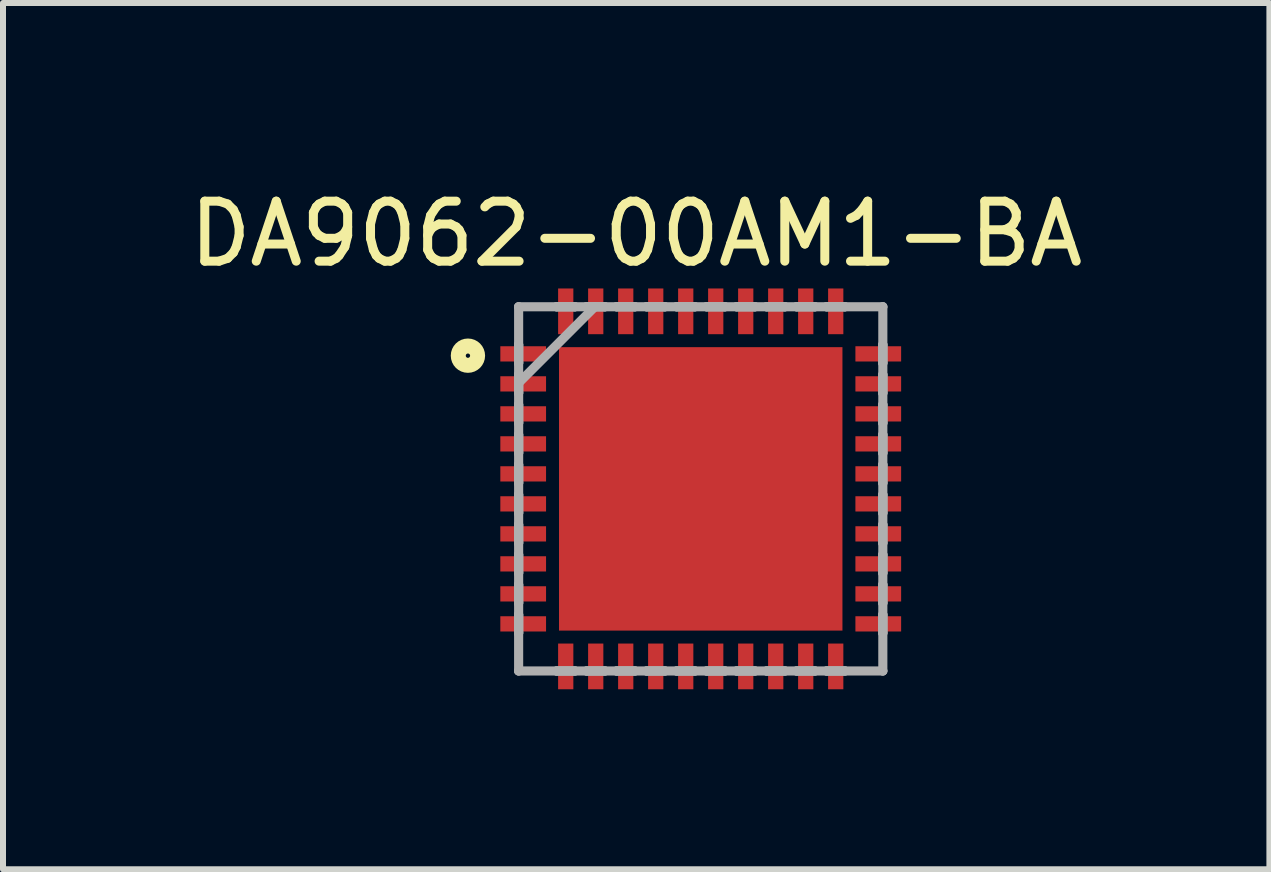
<source format=kicad_pcb>
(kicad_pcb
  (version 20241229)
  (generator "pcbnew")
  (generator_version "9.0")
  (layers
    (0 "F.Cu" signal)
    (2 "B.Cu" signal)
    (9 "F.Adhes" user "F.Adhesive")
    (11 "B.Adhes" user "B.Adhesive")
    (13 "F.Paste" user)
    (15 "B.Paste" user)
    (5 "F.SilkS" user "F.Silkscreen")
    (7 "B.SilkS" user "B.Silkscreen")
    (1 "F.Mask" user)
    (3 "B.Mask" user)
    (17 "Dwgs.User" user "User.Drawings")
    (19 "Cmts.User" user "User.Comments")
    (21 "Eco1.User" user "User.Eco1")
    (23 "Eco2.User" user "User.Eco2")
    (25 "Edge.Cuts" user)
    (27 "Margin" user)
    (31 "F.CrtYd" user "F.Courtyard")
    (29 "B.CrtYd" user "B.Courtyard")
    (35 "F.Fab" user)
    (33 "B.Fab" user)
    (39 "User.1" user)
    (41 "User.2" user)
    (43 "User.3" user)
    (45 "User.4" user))
  (footprint "DA9062-00AM1-BA"
    (layer "F.Cu")
    (at 8.629 5.098)
    (property "Reference" "DA9062-00AM1-BA" (at -1.075 -4.25 0) (layer "F.SilkS") (effects (font (size 1 1) (thickness 0.15))))
    (attr through_hole)
    (fp_circle (center -3.88 -2.22) (end -3.719 -2.22) (stroke (width 0.25) (type solid)) (fill no) (layer "F.SilkS"))
    (fp_line (start -2.262 -2.262) (end -2.262 -0.887) (stroke (width 0.152) (type solid)) (layer "F.Paste"))
    (fp_line (start -2.262 -0.887) (end -0.887 -0.887) (stroke (width 0.152) (type solid)) (layer "F.Paste"))
    (fp_line (start -2.262 -0.687) (end -2.262 0.687) (stroke (width 0.152) (type solid)) (layer "F.Paste"))
    (fp_line (start -2.262 0.687) (end -0.887 0.687) (stroke (width 0.152) (type solid)) (layer "F.Paste"))
    (fp_line (start -2.262 0.887) (end -2.262 2.262) (stroke (width 0.152) (type solid)) (layer "F.Paste"))
    (fp_line (start -2.262 2.262) (end -0.887 2.262) (stroke (width 0.152) (type solid)) (layer "F.Paste"))
    (fp_line (start -0.887 -2.262) (end -2.262 -2.262) (stroke (width 0.152) (type solid)) (layer "F.Paste"))
    (fp_line (start -0.887 -0.887) (end -0.887 -2.262) (stroke (width 0.152) (type solid)) (layer "F.Paste"))
    (fp_line (start -0.887 -0.687) (end -2.262 -0.687) (stroke (width 0.152) (type solid)) (layer "F.Paste"))
    (fp_line (start -0.887 0.687) (end -0.887 -0.687) (stroke (width 0.152) (type solid)) (layer "F.Paste"))
    (fp_line (start -0.887 0.887) (end -2.262 0.887) (stroke (width 0.152) (type solid)) (layer "F.Paste"))
    (fp_line (start -0.887 2.262) (end -0.887 0.887) (stroke (width 0.152) (type solid)) (layer "F.Paste"))
    (fp_line (start -0.687 -2.262) (end -0.687 -0.887) (stroke (width 0.152) (type solid)) (layer "F.Paste"))
    (fp_line (start -0.687 -0.887) (end 0.687 -0.887) (stroke (width 0.152) (type solid)) (layer "F.Paste"))
    (fp_line (start -0.687 -0.687) (end -0.687 0.687) (stroke (width 0.152) (type solid)) (layer "F.Paste"))
    (fp_line (start -0.687 0.687) (end 0.687 0.687) (stroke (width 0.152) (type solid)) (layer "F.Paste"))
    (fp_line (start -0.687 0.887) (end -0.687 2.262) (stroke (width 0.152) (type solid)) (layer "F.Paste"))
    (fp_line (start -0.687 2.262) (end 0.687 2.262) (stroke (width 0.152) (type solid)) (layer "F.Paste"))
    (fp_line (start 0.687 -2.262) (end -0.687 -2.262) (stroke (width 0.152) (type solid)) (layer "F.Paste"))
    (fp_line (start 0.687 -0.887) (end 0.687 -2.262) (stroke (width 0.152) (type solid)) (layer "F.Paste"))
    (fp_line (start 0.687 -0.687) (end -0.687 -0.687) (stroke (width 0.152) (type solid)) (layer "F.Paste"))
    (fp_line (start 0.687 0.687) (end 0.687 -0.687) (stroke (width 0.152) (type solid)) (layer "F.Paste"))
    (fp_line (start 0.687 0.887) (end -0.687 0.887) (stroke (width 0.152) (type solid)) (layer "F.Paste"))
    (fp_line (start 0.687 2.262) (end 0.687 0.887) (stroke (width 0.152) (type solid)) (layer "F.Paste"))
    (fp_line (start 0.887 -2.262) (end 0.887 -0.887) (stroke (width 0.152) (type solid)) (layer "F.Paste"))
    (fp_line (start 0.887 -0.887) (end 2.262 -0.887) (stroke (width 0.152) (type solid)) (layer "F.Paste"))
    (fp_line (start 0.887 -0.687) (end 0.887 0.687) (stroke (width 0.152) (type solid)) (layer "F.Paste"))
    (fp_line (start 0.887 0.687) (end 2.262 0.687) (stroke (width 0.152) (type solid)) (layer "F.Paste"))
    (fp_line (start 0.887 0.887) (end 0.887 2.262) (stroke (width 0.152) (type solid)) (layer "F.Paste"))
    (fp_line (start 0.887 2.262) (end 2.262 2.262) (stroke (width 0.152) (type solid)) (layer "F.Paste"))
    (fp_line (start 2.262 -2.262) (end 0.887 -2.262) (stroke (width 0.152) (type solid)) (layer "F.Paste"))
    (fp_line (start 2.262 -0.887) (end 2.262 -2.262) (stroke (width 0.152) (type solid)) (layer "F.Paste"))
    (fp_line (start 2.262 -0.687) (end 0.887 -0.687) (stroke (width 0.152) (type solid)) (layer "F.Paste"))
    (fp_line (start 2.262 0.687) (end 2.262 -0.687) (stroke (width 0.152) (type solid)) (layer "F.Paste"))
    (fp_line (start 2.262 0.887) (end 0.887 0.887) (stroke (width 0.152) (type solid)) (layer "F.Paste"))
    (fp_line (start 2.262 2.262) (end 2.262 0.887) (stroke (width 0.152) (type solid)) (layer "F.Paste"))
    (fp_line (start -3.035 -3.035) (end -3.035 -3.035) (stroke (width 0.152) (type solid)) (layer "F.Fab"))
    (fp_line (start -3.035 -3.035) (end -3.035 3.035) (stroke (width 0.152) (type solid)) (layer "F.Fab"))
    (fp_line (start -3.035 -2.402) (end -3.035 -2.402) (stroke (width 0.152) (type solid)) (layer "F.Fab"))
    (fp_line (start -3.035 -2.402) (end -3.035 -2.098) (stroke (width 0.152) (type solid)) (layer "F.Fab"))
    (fp_line (start -3.035 -2.098) (end -3.035 -2.402) (stroke (width 0.152) (type solid)) (layer "F.Fab"))
    (fp_line (start -3.035 -2.098) (end -3.035 -2.098) (stroke (width 0.152) (type solid)) (layer "F.Fab"))
    (fp_line (start -3.035 -1.902) (end -3.035 -1.902) (stroke (width 0.152) (type solid)) (layer "F.Fab"))
    (fp_line (start -3.035 -1.902) (end -3.035 -1.598) (stroke (width 0.152) (type solid)) (layer "F.Fab"))
    (fp_line (start -3.035 -1.765) (end -1.765 -3.035) (stroke (width 0.152) (type solid)) (layer "F.Fab"))
    (fp_line (start -3.035 -1.598) (end -3.035 -1.902) (stroke (width 0.152) (type solid)) (layer "F.Fab"))
    (fp_line (start -3.035 -1.598) (end -3.035 -1.598) (stroke (width 0.152) (type solid)) (layer "F.Fab"))
    (fp_line (start -3.035 -1.402) (end -3.035 -1.402) (stroke (width 0.152) (type solid)) (layer "F.Fab"))
    (fp_line (start -3.035 -1.402) (end -3.035 -1.098) (stroke (width 0.152) (type solid)) (layer "F.Fab"))
    (fp_line (start -3.035 -1.098) (end -3.035 -1.402) (stroke (width 0.152) (type solid)) (layer "F.Fab"))
    (fp_line (start -3.035 -1.098) (end -3.035 -1.098) (stroke (width 0.152) (type solid)) (layer "F.Fab"))
    (fp_line (start -3.035 -0.902) (end -3.035 -0.902) (stroke (width 0.152) (type solid)) (layer "F.Fab"))
    (fp_line (start -3.035 -0.902) (end -3.035 -0.598) (stroke (width 0.152) (type solid)) (layer "F.Fab"))
    (fp_line (start -3.035 -0.598) (end -3.035 -0.902) (stroke (width 0.152) (type solid)) (layer "F.Fab"))
    (fp_line (start -3.035 -0.598) (end -3.035 -0.598) (stroke (width 0.152) (type solid)) (layer "F.Fab"))
    (fp_line (start -3.035 -0.402) (end -3.035 -0.402) (stroke (width 0.152) (type solid)) (layer "F.Fab"))
    (fp_line (start -3.035 -0.402) (end -3.035 -0.098) (stroke (width 0.152) (type solid)) (layer "F.Fab"))
    (fp_line (start -3.035 -0.098) (end -3.035 -0.402) (stroke (width 0.152) (type solid)) (layer "F.Fab"))
    (fp_line (start -3.035 -0.098) (end -3.035 -0.098) (stroke (width 0.152) (type solid)) (layer "F.Fab"))
    (fp_line (start -3.035 0.098) (end -3.035 0.098) (stroke (width 0.152) (type solid)) (layer "F.Fab"))
    (fp_line (start -3.035 0.098) (end -3.035 0.402) (stroke (width 0.152) (type solid)) (layer "F.Fab"))
    (fp_line (start -3.035 0.402) (end -3.035 0.098) (stroke (width 0.152) (type solid)) (layer "F.Fab"))
    (fp_line (start -3.035 0.402) (end -3.035 0.402) (stroke (width 0.152) (type solid)) (layer "F.Fab"))
    (fp_line (start -3.035 0.598) (end -3.035 0.598) (stroke (width 0.152) (type solid)) (layer "F.Fab"))
    (fp_line (start -3.035 0.598) (end -3.035 0.902) (stroke (width 0.152) (type solid)) (layer "F.Fab"))
    (fp_line (start -3.035 0.902) (end -3.035 0.598) (stroke (width 0.152) (type solid)) (layer "F.Fab"))
    (fp_line (start -3.035 0.902) (end -3.035 0.902) (stroke (width 0.152) (type solid)) (layer "F.Fab"))
    (fp_line (start -3.035 1.098) (end -3.035 1.098) (stroke (width 0.152) (type solid)) (layer "F.Fab"))
    (fp_line (start -3.035 1.098) (end -3.035 1.402) (stroke (width 0.152) (type solid)) (layer "F.Fab"))
    (fp_line (start -3.035 1.402) (end -3.035 1.098) (stroke (width 0.152) (type solid)) (layer "F.Fab"))
    (fp_line (start -3.035 1.402) (end -3.035 1.402) (stroke (width 0.152) (type solid)) (layer "F.Fab"))
    (fp_line (start -3.035 1.598) (end -3.035 1.598) (stroke (width 0.152) (type solid)) (layer "F.Fab"))
    (fp_line (start -3.035 1.598) (end -3.035 1.902) (stroke (width 0.152) (type solid)) (layer "F.Fab"))
    (fp_line (start -3.035 1.902) (end -3.035 1.598) (stroke (width 0.152) (type solid)) (layer "F.Fab"))
    (fp_line (start -3.035 1.902) (end -3.035 1.902) (stroke (width 0.152) (type solid)) (layer "F.Fab"))
    (fp_line (start -3.035 2.098) (end -3.035 2.098) (stroke (width 0.152) (type solid)) (layer "F.Fab"))
    (fp_line (start -3.035 2.098) (end -3.035 2.402) (stroke (width 0.152) (type solid)) (layer "F.Fab"))
    (fp_line (start -3.035 2.402) (end -3.035 2.098) (stroke (width 0.152) (type solid)) (layer "F.Fab"))
    (fp_line (start -3.035 2.402) (end -3.035 2.402) (stroke (width 0.152) (type solid)) (layer "F.Fab"))
    (fp_line (start -3.035 3.035) (end -3.035 3.035) (stroke (width 0.152) (type solid)) (layer "F.Fab"))
    (fp_line (start -3.035 3.035) (end 3.035 3.035) (stroke (width 0.152) (type solid)) (layer "F.Fab"))
    (fp_line (start -2.402 -3.035) (end -2.402 -3.035) (stroke (width 0.152) (type solid)) (layer "F.Fab"))
    (fp_line (start -2.402 -3.035) (end -2.098 -3.035) (stroke (width 0.152) (type solid)) (layer "F.Fab"))
    (fp_line (start -2.402 3.035) (end -2.402 3.035) (stroke (width 0.152) (type solid)) (layer "F.Fab"))
    (fp_line (start -2.402 3.035) (end -2.098 3.035) (stroke (width 0.152) (type solid)) (layer "F.Fab"))
    (fp_line (start -2.098 -3.035) (end -2.402 -3.035) (stroke (width 0.152) (type solid)) (layer "F.Fab"))
    (fp_line (start -2.098 -3.035) (end -2.098 -3.035) (stroke (width 0.152) (type solid)) (layer "F.Fab"))
    (fp_line (start -2.098 3.035) (end -2.402 3.035) (stroke (width 0.152) (type solid)) (layer "F.Fab"))
    (fp_line (start -2.098 3.035) (end -2.098 3.035) (stroke (width 0.152) (type solid)) (layer "F.Fab"))
    (fp_line (start -1.902 -3.035) (end -1.902 -3.035) (stroke (width 0.152) (type solid)) (layer "F.Fab"))
    (fp_line (start -1.902 -3.035) (end -1.598 -3.035) (stroke (width 0.152) (type solid)) (layer "F.Fab"))
    (fp_line (start -1.902 3.035) (end -1.902 3.035) (stroke (width 0.152) (type solid)) (layer "F.Fab"))
    (fp_line (start -1.902 3.035) (end -1.598 3.035) (stroke (width 0.152) (type solid)) (layer "F.Fab"))
    (fp_line (start -1.598 -3.035) (end -1.902 -3.035) (stroke (width 0.152) (type solid)) (layer "F.Fab"))
    (fp_line (start -1.598 -3.035) (end -1.598 -3.035) (stroke (width 0.152) (type solid)) (layer "F.Fab"))
    (fp_line (start -1.598 3.035) (end -1.902 3.035) (stroke (width 0.152) (type solid)) (layer "F.Fab"))
    (fp_line (start -1.598 3.035) (end -1.598 3.035) (stroke (width 0.152) (type solid)) (layer "F.Fab"))
    (fp_line (start -1.402 -3.035) (end -1.402 -3.035) (stroke (width 0.152) (type solid)) (layer "F.Fab"))
    (fp_line (start -1.402 -3.035) (end -1.098 -3.035) (stroke (width 0.152) (type solid)) (layer "F.Fab"))
    (fp_line (start -1.402 3.035) (end -1.402 3.035) (stroke (width 0.152) (type solid)) (layer "F.Fab"))
    (fp_line (start -1.402 3.035) (end -1.098 3.035) (stroke (width 0.152) (type solid)) (layer "F.Fab"))
    (fp_line (start -1.098 -3.035) (end -1.402 -3.035) (stroke (width 0.152) (type solid)) (layer "F.Fab"))
    (fp_line (start -1.098 -3.035) (end -1.098 -3.035) (stroke (width 0.152) (type solid)) (layer "F.Fab"))
    (fp_line (start -1.098 3.035) (end -1.402 3.035) (stroke (width 0.152) (type solid)) (layer "F.Fab"))
    (fp_line (start -1.098 3.035) (end -1.098 3.035) (stroke (width 0.152) (type solid)) (layer "F.Fab"))
    (fp_line (start -0.902 -3.035) (end -0.902 -3.035) (stroke (width 0.152) (type solid)) (layer "F.Fab"))
    (fp_line (start -0.902 -3.035) (end -0.598 -3.035) (stroke (width 0.152) (type solid)) (layer "F.Fab"))
    (fp_line (start -0.902 3.035) (end -0.902 3.035) (stroke (width 0.152) (type solid)) (layer "F.Fab"))
    (fp_line (start -0.902 3.035) (end -0.598 3.035) (stroke (width 0.152) (type solid)) (layer "F.Fab"))
    (fp_line (start -0.598 -3.035) (end -0.902 -3.035) (stroke (width 0.152) (type solid)) (layer "F.Fab"))
    (fp_line (start -0.598 -3.035) (end -0.598 -3.035) (stroke (width 0.152) (type solid)) (layer "F.Fab"))
    (fp_line (start -0.598 3.035) (end -0.902 3.035) (stroke (width 0.152) (type solid)) (layer "F.Fab"))
    (fp_line (start -0.598 3.035) (end -0.598 3.035) (stroke (width 0.152) (type solid)) (layer "F.Fab"))
    (fp_line (start -0.402 -3.035) (end -0.402 -3.035) (stroke (width 0.152) (type solid)) (layer "F.Fab"))
    (fp_line (start -0.402 -3.035) (end -0.098 -3.035) (stroke (width 0.152) (type solid)) (layer "F.Fab"))
    (fp_line (start -0.402 3.035) (end -0.402 3.035) (stroke (width 0.152) (type solid)) (layer "F.Fab"))
    (fp_line (start -0.402 3.035) (end -0.098 3.035) (stroke (width 0.152) (type solid)) (layer "F.Fab"))
    (fp_line (start -0.098 -3.035) (end -0.402 -3.035) (stroke (width 0.152) (type solid)) (layer "F.Fab"))
    (fp_line (start -0.098 -3.035) (end -0.098 -3.035) (stroke (width 0.152) (type solid)) (layer "F.Fab"))
    (fp_line (start -0.098 3.035) (end -0.402 3.035) (stroke (width 0.152) (type solid)) (layer "F.Fab"))
    (fp_line (start -0.098 3.035) (end -0.098 3.035) (stroke (width 0.152) (type solid)) (layer "F.Fab"))
    (fp_line (start 0.098 -3.035) (end 0.098 -3.035) (stroke (width 0.152) (type solid)) (layer "F.Fab"))
    (fp_line (start 0.098 -3.035) (end 0.402 -3.035) (stroke (width 0.152) (type solid)) (layer "F.Fab"))
    (fp_line (start 0.098 3.035) (end 0.098 3.035) (stroke (width 0.152) (type solid)) (layer "F.Fab"))
    (fp_line (start 0.098 3.035) (end 0.402 3.035) (stroke (width 0.152) (type solid)) (layer "F.Fab"))
    (fp_line (start 0.402 -3.035) (end 0.098 -3.035) (stroke (width 0.152) (type solid)) (layer "F.Fab"))
    (fp_line (start 0.402 -3.035) (end 0.402 -3.035) (stroke (width 0.152) (type solid)) (layer "F.Fab"))
    (fp_line (start 0.402 3.035) (end 0.098 3.035) (stroke (width 0.152) (type solid)) (layer "F.Fab"))
    (fp_line (start 0.402 3.035) (end 0.402 3.035) (stroke (width 0.152) (type solid)) (layer "F.Fab"))
    (fp_line (start 0.598 -3.035) (end 0.598 -3.035) (stroke (width 0.152) (type solid)) (layer "F.Fab"))
    (fp_line (start 0.598 -3.035) (end 0.902 -3.035) (stroke (width 0.152) (type solid)) (layer "F.Fab"))
    (fp_line (start 0.598 3.035) (end 0.598 3.035) (stroke (width 0.152) (type solid)) (layer "F.Fab"))
    (fp_line (start 0.598 3.035) (end 0.902 3.035) (stroke (width 0.152) (type solid)) (layer "F.Fab"))
    (fp_line (start 0.902 -3.035) (end 0.598 -3.035) (stroke (width 0.152) (type solid)) (layer "F.Fab"))
    (fp_line (start 0.902 -3.035) (end 0.902 -3.035) (stroke (width 0.152) (type solid)) (layer "F.Fab"))
    (fp_line (start 0.902 3.035) (end 0.598 3.035) (stroke (width 0.152) (type solid)) (layer "F.Fab"))
    (fp_line (start 0.902 3.035) (end 0.902 3.035) (stroke (width 0.152) (type solid)) (layer "F.Fab"))
    (fp_line (start 1.098 -3.035) (end 1.098 -3.035) (stroke (width 0.152) (type solid)) (layer "F.Fab"))
    (fp_line (start 1.098 -3.035) (end 1.402 -3.035) (stroke (width 0.152) (type solid)) (layer "F.Fab"))
    (fp_line (start 1.098 3.035) (end 1.098 3.035) (stroke (width 0.152) (type solid)) (layer "F.Fab"))
    (fp_line (start 1.098 3.035) (end 1.402 3.035) (stroke (width 0.152) (type solid)) (layer "F.Fab"))
    (fp_line (start 1.402 -3.035) (end 1.098 -3.035) (stroke (width 0.152) (type solid)) (layer "F.Fab"))
    (fp_line (start 1.402 -3.035) (end 1.402 -3.035) (stroke (width 0.152) (type solid)) (layer "F.Fab"))
    (fp_line (start 1.402 3.035) (end 1.098 3.035) (stroke (width 0.152) (type solid)) (layer "F.Fab"))
    (fp_line (start 1.402 3.035) (end 1.402 3.035) (stroke (width 0.152) (type solid)) (layer "F.Fab"))
    (fp_line (start 1.598 -3.035) (end 1.598 -3.035) (stroke (width 0.152) (type solid)) (layer "F.Fab"))
    (fp_line (start 1.598 -3.035) (end 1.902 -3.035) (stroke (width 0.152) (type solid)) (layer "F.Fab"))
    (fp_line (start 1.598 3.035) (end 1.598 3.035) (stroke (width 0.152) (type solid)) (layer "F.Fab"))
    (fp_line (start 1.598 3.035) (end 1.902 3.035) (stroke (width 0.152) (type solid)) (layer "F.Fab"))
    (fp_line (start 1.902 -3.035) (end 1.598 -3.035) (stroke (width 0.152) (type solid)) (layer "F.Fab"))
    (fp_line (start 1.902 -3.035) (end 1.902 -3.035) (stroke (width 0.152) (type solid)) (layer "F.Fab"))
    (fp_line (start 1.902 3.035) (end 1.598 3.035) (stroke (width 0.152) (type solid)) (layer "F.Fab"))
    (fp_line (start 1.902 3.035) (end 1.902 3.035) (stroke (width 0.152) (type solid)) (layer "F.Fab"))
    (fp_line (start 2.098 -3.035) (end 2.098 -3.035) (stroke (width 0.152) (type solid)) (layer "F.Fab"))
    (fp_line (start 2.098 -3.035) (end 2.402 -3.035) (stroke (width 0.152) (type solid)) (layer "F.Fab"))
    (fp_line (start 2.098 3.035) (end 2.098 3.035) (stroke (width 0.152) (type solid)) (layer "F.Fab"))
    (fp_line (start 2.098 3.035) (end 2.402 3.035) (stroke (width 0.152) (type solid)) (layer "F.Fab"))
    (fp_line (start 2.402 -3.035) (end 2.098 -3.035) (stroke (width 0.152) (type solid)) (layer "F.Fab"))
    (fp_line (start 2.402 -3.035) (end 2.402 -3.035) (stroke (width 0.152) (type solid)) (layer "F.Fab"))
    (fp_line (start 2.402 3.035) (end 2.098 3.035) (stroke (width 0.152) (type solid)) (layer "F.Fab"))
    (fp_line (start 2.402 3.035) (end 2.402 3.035) (stroke (width 0.152) (type solid)) (layer "F.Fab"))
    (fp_line (start 3.035 -3.035) (end -3.035 -3.035) (stroke (width 0.152) (type solid)) (layer "F.Fab"))
    (fp_line (start 3.035 -3.035) (end 3.035 -3.035) (stroke (width 0.152) (type solid)) (layer "F.Fab"))
    (fp_line (start 3.035 -2.402) (end 3.035 -2.402) (stroke (width 0.152) (type solid)) (layer "F.Fab"))
    (fp_line (start 3.035 -2.402) (end 3.035 -2.098) (stroke (width 0.152) (type solid)) (layer "F.Fab"))
    (fp_line (start 3.035 -2.098) (end 3.035 -2.402) (stroke (width 0.152) (type solid)) (layer "F.Fab"))
    (fp_line (start 3.035 -2.098) (end 3.035 -2.098) (stroke (width 0.152) (type solid)) (layer "F.Fab"))
    (fp_line (start 3.035 -1.902) (end 3.035 -1.902) (stroke (width 0.152) (type solid)) (layer "F.Fab"))
    (fp_line (start 3.035 -1.902) (end 3.035 -1.598) (stroke (width 0.152) (type solid)) (layer "F.Fab"))
    (fp_line (start 3.035 -1.598) (end 3.035 -1.902) (stroke (width 0.152) (type solid)) (layer "F.Fab"))
    (fp_line (start 3.035 -1.598) (end 3.035 -1.598) (stroke (width 0.152) (type solid)) (layer "F.Fab"))
    (fp_line (start 3.035 -1.402) (end 3.035 -1.402) (stroke (width 0.152) (type solid)) (layer "F.Fab"))
    (fp_line (start 3.035 -1.402) (end 3.035 -1.098) (stroke (width 0.152) (type solid)) (layer "F.Fab"))
    (fp_line (start 3.035 -1.098) (end 3.035 -1.402) (stroke (width 0.152) (type solid)) (layer "F.Fab"))
    (fp_line (start 3.035 -1.098) (end 3.035 -1.098) (stroke (width 0.152) (type solid)) (layer "F.Fab"))
    (fp_line (start 3.035 -0.902) (end 3.035 -0.902) (stroke (width 0.152) (type solid)) (layer "F.Fab"))
    (fp_line (start 3.035 -0.902) (end 3.035 -0.598) (stroke (width 0.152) (type solid)) (layer "F.Fab"))
    (fp_line (start 3.035 -0.598) (end 3.035 -0.902) (stroke (width 0.152) (type solid)) (layer "F.Fab"))
    (fp_line (start 3.035 -0.598) (end 3.035 -0.598) (stroke (width 0.152) (type solid)) (layer "F.Fab"))
    (fp_line (start 3.035 -0.402) (end 3.035 -0.402) (stroke (width 0.152) (type solid)) (layer "F.Fab"))
    (fp_line (start 3.035 -0.402) (end 3.035 -0.098) (stroke (width 0.152) (type solid)) (layer "F.Fab"))
    (fp_line (start 3.035 -0.098) (end 3.035 -0.402) (stroke (width 0.152) (type solid)) (layer "F.Fab"))
    (fp_line (start 3.035 -0.098) (end 3.035 -0.098) (stroke (width 0.152) (type solid)) (layer "F.Fab"))
    (fp_line (start 3.035 0.098) (end 3.035 0.098) (stroke (width 0.152) (type solid)) (layer "F.Fab"))
    (fp_line (start 3.035 0.098) (end 3.035 0.402) (stroke (width 0.152) (type solid)) (layer "F.Fab"))
    (fp_line (start 3.035 0.402) (end 3.035 0.098) (stroke (width 0.152) (type solid)) (layer "F.Fab"))
    (fp_line (start 3.035 0.402) (end 3.035 0.402) (stroke (width 0.152) (type solid)) (layer "F.Fab"))
    (fp_line (start 3.035 0.598) (end 3.035 0.598) (stroke (width 0.152) (type solid)) (layer "F.Fab"))
    (fp_line (start 3.035 0.598) (end 3.035 0.902) (stroke (width 0.152) (type solid)) (layer "F.Fab"))
    (fp_line (start 3.035 0.902) (end 3.035 0.598) (stroke (width 0.152) (type solid)) (layer "F.Fab"))
    (fp_line (start 3.035 0.902) (end 3.035 0.902) (stroke (width 0.152) (type solid)) (layer "F.Fab"))
    (fp_line (start 3.035 1.098) (end 3.035 1.098) (stroke (width 0.152) (type solid)) (layer "F.Fab"))
    (fp_line (start 3.035 1.098) (end 3.035 1.402) (stroke (width 0.152) (type solid)) (layer "F.Fab"))
    (fp_line (start 3.035 1.402) (end 3.035 1.098) (stroke (width 0.152) (type solid)) (layer "F.Fab"))
    (fp_line (start 3.035 1.402) (end 3.035 1.402) (stroke (width 0.152) (type solid)) (layer "F.Fab"))
    (fp_line (start 3.035 1.598) (end 3.035 1.598) (stroke (width 0.152) (type solid)) (layer "F.Fab"))
    (fp_line (start 3.035 1.598) (end 3.035 1.902) (stroke (width 0.152) (type solid)) (layer "F.Fab"))
    (fp_line (start 3.035 1.902) (end 3.035 1.598) (stroke (width 0.152) (type solid)) (layer "F.Fab"))
    (fp_line (start 3.035 1.902) (end 3.035 1.902) (stroke (width 0.152) (type solid)) (layer "F.Fab"))
    (fp_line (start 3.035 2.098) (end 3.035 2.098) (stroke (width 0.152) (type solid)) (layer "F.Fab"))
    (fp_line (start 3.035 2.098) (end 3.035 2.402) (stroke (width 0.152) (type solid)) (layer "F.Fab"))
    (fp_line (start 3.035 2.402) (end 3.035 2.098) (stroke (width 0.152) (type solid)) (layer "F.Fab"))
    (fp_line (start 3.035 2.402) (end 3.035 2.402) (stroke (width 0.152) (type solid)) (layer "F.Fab"))
    (fp_line (start 3.035 3.035) (end 3.035 -3.035) (stroke (width 0.152) (type solid)) (layer "F.Fab"))
    (fp_line (start 3.035 3.035) (end 3.035 3.035) (stroke (width 0.152) (type solid)) (layer "F.Fab"))
    (pad "1" smd rect (at -2.959 -2.25 90) (size 0.254 0.762) (layers "F.Cu" "F.Mask" "F.Paste"))
    (pad "2" smd rect (at -2.959 -1.75 90) (size 0.254 0.762) (layers "F.Cu" "F.Mask" "F.Paste"))
    (pad "3" smd rect (at -2.959 -1.25 90) (size 0.254 0.762) (layers "F.Cu" "F.Mask" "F.Paste"))
    (pad "4" smd rect (at -2.959 -0.75 90) (size 0.254 0.762) (layers "F.Cu" "F.Mask" "F.Paste"))
    (pad "5" smd rect (at -2.959 -0.25 90) (size 0.254 0.762) (layers "F.Cu" "F.Mask" "F.Paste"))
    (pad "6" smd rect (at -2.959 0.25 90) (size 0.254 0.762) (layers "F.Cu" "F.Mask" "F.Paste"))
    (pad "7" smd rect (at -2.959 0.75 90) (size 0.254 0.762) (layers "F.Cu" "F.Mask" "F.Paste"))
    (pad "8" smd rect (at -2.959 1.25 90) (size 0.254 0.762) (layers "F.Cu" "F.Mask" "F.Paste"))
    (pad "9" smd rect (at -2.959 1.75 90) (size 0.254 0.762) (layers "F.Cu" "F.Mask" "F.Paste"))
    (pad "10" smd rect (at -2.959 2.25 90) (size 0.254 0.762) (layers "F.Cu" "F.Mask" "F.Paste"))
    (pad "11" smd rect (at -2.25 2.959) (size 0.254 0.762) (layers "F.Cu" "F.Mask" "F.Paste"))
    (pad "12" smd rect (at -1.75 2.959) (size 0.254 0.762) (layers "F.Cu" "F.Mask" "F.Paste"))
    (pad "13" smd rect (at -1.25 2.959) (size 0.254 0.762) (layers "F.Cu" "F.Mask" "F.Paste"))
    (pad "14" smd rect (at -0.75 2.959) (size 0.254 0.762) (layers "F.Cu" "F.Mask" "F.Paste"))
    (pad "15" smd rect (at -0.25 2.959) (size 0.254 0.762) (layers "F.Cu" "F.Mask" "F.Paste"))
    (pad "16" smd rect (at 0.25 2.959) (size 0.254 0.762) (layers "F.Cu" "F.Mask" "F.Paste"))
    (pad "17" smd rect (at 0.75 2.959) (size 0.254 0.762) (layers "F.Cu" "F.Mask" "F.Paste"))
    (pad "18" smd rect (at 1.25 2.959) (size 0.254 0.762) (layers "F.Cu" "F.Mask" "F.Paste"))
    (pad "19" smd rect (at 1.75 2.959) (size 0.254 0.762) (layers "F.Cu" "F.Mask" "F.Paste"))
    (pad "20" smd rect (at 2.25 2.959) (size 0.254 0.762) (layers "F.Cu" "F.Mask" "F.Paste"))
    (pad "21" smd rect (at 2.959 2.25 90) (size 0.254 0.762) (layers "F.Cu" "F.Mask" "F.Paste"))
    (pad "22" smd rect (at 2.959 1.75 90) (size 0.254 0.762) (layers "F.Cu" "F.Mask" "F.Paste"))
    (pad "23" smd rect (at 2.959 1.25 90) (size 0.254 0.762) (layers "F.Cu" "F.Mask" "F.Paste"))
    (pad "24" smd rect (at 2.959 0.75 90) (size 0.254 0.762) (layers "F.Cu" "F.Mask" "F.Paste"))
    (pad "25" smd rect (at 2.959 0.25 90) (size 0.254 0.762) (layers "F.Cu" "F.Mask" "F.Paste"))
    (pad "26" smd rect (at 2.959 -0.25 90) (size 0.254 0.762) (layers "F.Cu" "F.Mask" "F.Paste"))
    (pad "27" smd rect (at 2.959 -0.75 90) (size 0.254 0.762) (layers "F.Cu" "F.Mask" "F.Paste"))
    (pad "28" smd rect (at 2.959 -1.25 90) (size 0.254 0.762) (layers "F.Cu" "F.Mask" "F.Paste"))
    (pad "29" smd rect (at 2.959 -1.75 90) (size 0.254 0.762) (layers "F.Cu" "F.Mask" "F.Paste"))
    (pad "30" smd rect (at 2.959 -2.25 90) (size 0.254 0.762) (layers "F.Cu" "F.Mask" "F.Paste"))
    (pad "31" smd rect (at 2.25 -2.959) (size 0.254 0.762) (layers "F.Cu" "F.Mask" "F.Paste"))
    (pad "32" smd rect (at 1.75 -2.959) (size 0.254 0.762) (layers "F.Cu" "F.Mask" "F.Paste"))
    (pad "33" smd rect (at 1.25 -2.959) (size 0.254 0.762) (layers "F.Cu" "F.Mask" "F.Paste"))
    (pad "34" smd rect (at 0.75 -2.959) (size 0.254 0.762) (layers "F.Cu" "F.Mask" "F.Paste"))
    (pad "35" smd rect (at 0.25 -2.959) (size 0.254 0.762) (layers "F.Cu" "F.Mask" "F.Paste"))
    (pad "36" smd rect (at -0.25 -2.959) (size 0.254 0.762) (layers "F.Cu" "F.Mask" "F.Paste"))
    (pad "37" smd rect (at -0.75 -2.959) (size 0.254 0.762) (layers "F.Cu" "F.Mask" "F.Paste"))
    (pad "38" smd rect (at -1.25 -2.959) (size 0.254 0.762) (layers "F.Cu" "F.Mask" "F.Paste"))
    (pad "39" smd rect (at -1.75 -2.959) (size 0.254 0.762) (layers "F.Cu" "F.Mask" "F.Paste"))
    (pad "40" smd rect (at -2.25 -2.959) (size 0.254 0.762) (layers "F.Cu" "F.Mask" "F.Paste"))
    (pad "41" smd rect (at 0 0) (size 4.724 4.724) (layers "F.Cu" "F.Mask" "F.Paste")))
  (gr_rect
    (start -3 -3)
    (end 18.107 11.438)
    (stroke (width 0.1) (type default))
    (fill no)
    (layer "Edge.Cuts")))
</source>
